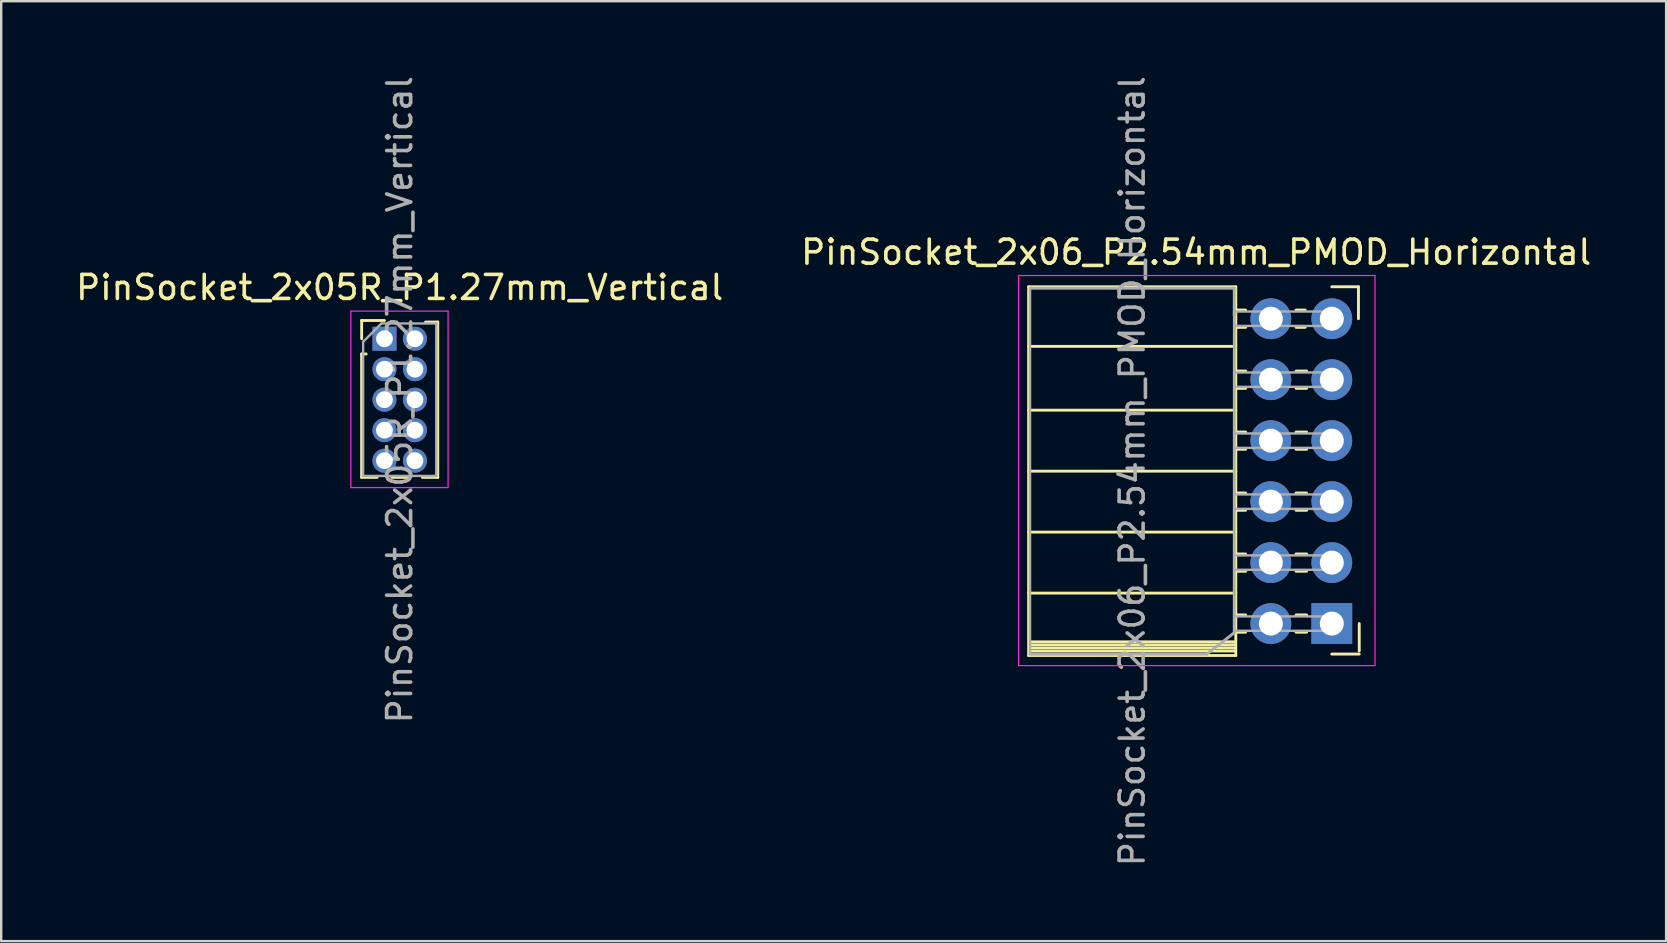
<source format=kicad_pcb>
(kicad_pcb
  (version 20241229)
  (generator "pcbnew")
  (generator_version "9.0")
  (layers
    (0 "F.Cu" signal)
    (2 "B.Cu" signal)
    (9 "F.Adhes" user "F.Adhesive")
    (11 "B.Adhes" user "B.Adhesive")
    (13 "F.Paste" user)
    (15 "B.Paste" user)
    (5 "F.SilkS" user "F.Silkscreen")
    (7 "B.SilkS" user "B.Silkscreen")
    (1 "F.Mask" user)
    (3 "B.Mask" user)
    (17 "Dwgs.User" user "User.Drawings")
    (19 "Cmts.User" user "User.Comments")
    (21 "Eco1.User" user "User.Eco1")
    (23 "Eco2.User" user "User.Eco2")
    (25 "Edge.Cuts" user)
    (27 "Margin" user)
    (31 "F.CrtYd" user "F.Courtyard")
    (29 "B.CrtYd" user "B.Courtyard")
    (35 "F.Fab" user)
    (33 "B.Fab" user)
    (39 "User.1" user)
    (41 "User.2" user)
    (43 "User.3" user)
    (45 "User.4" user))
  (footprint "PinSocket_2x06_P2.54mm_PMOD_Horizontal"
    (layer "F.Cu")
    (at 52.43 10.227)
    (property "Reference" "PinSocket_2x06_P2.54mm_PMOD_Horizontal" (at -5.65 -2.77 0) (layer "F.SilkS") (effects (font (size 1 1) (thickness 0.15))))
    (attr through_hole)
    (fp_line (start -12.63 -1.33) (end -12.63 14.03) (stroke (width 0.12) (type solid)) (layer "F.SilkS"))
    (fp_line (start -12.63 -1.33) (end -4 -1.33) (stroke (width 0.12) (type solid)) (layer "F.SilkS"))
    (fp_line (start -12.63 1.152) (end -4 1.152) (stroke (width 0.12) (type solid)) (layer "F.SilkS"))
    (fp_line (start -12.63 3.81) (end -4 3.81) (stroke (width 0.12) (type solid)) (layer "F.SilkS"))
    (fp_line (start -12.63 6.35) (end -4 6.35) (stroke (width 0.12) (type solid)) (layer "F.SilkS"))
    (fp_line (start -12.63 8.89) (end -4 8.89) (stroke (width 0.12) (type solid)) (layer "F.SilkS"))
    (fp_line (start -12.63 11.43) (end -4 11.43) (stroke (width 0.12) (type solid)) (layer "F.SilkS"))
    (fp_line (start -12.63 14.03) (end -4 14.03) (stroke (width 0.12) (type solid)) (layer "F.SilkS"))
    (fp_line (start -12.573 13.462) (end -4.064 13.462) (stroke (width 0.12) (type solid)) (layer "F.SilkS"))
    (fp_line (start -12.573 13.716) (end -4.064 13.716) (stroke (width 0.12) (type solid)) (layer "F.SilkS"))
    (fp_line (start -4.064 13.589) (end -12.573 13.589) (stroke (width 0.12) (type solid)) (layer "F.SilkS"))
    (fp_line (start -4.064 13.843) (end -12.573 13.843) (stroke (width 0.12) (type solid)) (layer "F.SilkS"))
    (fp_line (start -4 -1.33) (end -4 14.03) (stroke (width 0.12) (type solid)) (layer "F.SilkS"))
    (fp_line (start -4 -0.36) (end -3.59 -0.36) (stroke (width 0.12) (type solid)) (layer "F.SilkS"))
    (fp_line (start -4 0.36) (end -3.59 0.36) (stroke (width 0.12) (type solid)) (layer "F.SilkS"))
    (fp_line (start -4 2.18) (end -3.59 2.18) (stroke (width 0.12) (type solid)) (layer "F.SilkS"))
    (fp_line (start -4 2.9) (end -3.59 2.9) (stroke (width 0.12) (type solid)) (layer "F.SilkS"))
    (fp_line (start -4 4.72) (end -3.59 4.72) (stroke (width 0.12) (type solid)) (layer "F.SilkS"))
    (fp_line (start -4 5.44) (end -3.59 5.44) (stroke (width 0.12) (type solid)) (layer "F.SilkS"))
    (fp_line (start -4 7.26) (end -3.59 7.26) (stroke (width 0.12) (type solid)) (layer "F.SilkS"))
    (fp_line (start -4 7.98) (end -3.59 7.98) (stroke (width 0.12) (type solid)) (layer "F.SilkS"))
    (fp_line (start -4 9.8) (end -3.59 9.8) (stroke (width 0.12) (type solid)) (layer "F.SilkS"))
    (fp_line (start -4 10.52) (end -3.59 10.52) (stroke (width 0.12) (type solid)) (layer "F.SilkS"))
    (fp_line (start -4 12.34) (end -3.59 12.34) (stroke (width 0.12) (type solid)) (layer "F.SilkS"))
    (fp_line (start -4 13.06) (end -3.59 13.06) (stroke (width 0.12) (type solid)) (layer "F.SilkS"))
    (fp_line (start -1.49 -0.36) (end -1.11 -0.36) (stroke (width 0.12) (type solid)) (layer "F.SilkS"))
    (fp_line (start -1.49 0.36) (end -1.11 0.36) (stroke (width 0.12) (type solid)) (layer "F.SilkS"))
    (fp_line (start -1.49 2.18) (end -1.05 2.18) (stroke (width 0.12) (type solid)) (layer "F.SilkS"))
    (fp_line (start -1.49 2.9) (end -1.05 2.9) (stroke (width 0.12) (type solid)) (layer "F.SilkS"))
    (fp_line (start -1.49 4.72) (end -1.05 4.72) (stroke (width 0.12) (type solid)) (layer "F.SilkS"))
    (fp_line (start -1.49 5.44) (end -1.05 5.44) (stroke (width 0.12) (type solid)) (layer "F.SilkS"))
    (fp_line (start -1.49 7.26) (end -1.05 7.26) (stroke (width 0.12) (type solid)) (layer "F.SilkS"))
    (fp_line (start -1.49 7.98) (end -1.05 7.98) (stroke (width 0.12) (type solid)) (layer "F.SilkS"))
    (fp_line (start -1.49 9.8) (end -1.05 9.8) (stroke (width 0.12) (type solid)) (layer "F.SilkS"))
    (fp_line (start -1.49 10.52) (end -1.05 10.52) (stroke (width 0.12) (type solid)) (layer "F.SilkS"))
    (fp_line (start -1.49 12.34) (end -1.05 12.34) (stroke (width 0.12) (type solid)) (layer "F.SilkS"))
    (fp_line (start -1.49 13.06) (end -1.05 13.06) (stroke (width 0.12) (type solid)) (layer "F.SilkS"))
    (fp_line (start 0 -1.33) (end 1.11 -1.33) (stroke (width 0.12) (type solid)) (layer "F.SilkS"))
    (fp_line (start 1.11 -1.33) (end 1.11 0) (stroke (width 0.12) (type solid)) (layer "F.SilkS"))
    (fp_line (start 1.143 12.7) (end 1.143 13.843) (stroke (width 0.12) (type solid)) (layer "F.SilkS"))
    (fp_line (start 1.143 13.97) (end 0 13.97) (stroke (width 0.12) (type solid)) (layer "F.SilkS"))
    (fp_line (start -13.05 -1.8) (end -13.05 14.45) (stroke (width 0.05) (type solid)) (layer "F.CrtYd"))
    (fp_line (start -13.05 14.45) (end 1.8 14.45) (stroke (width 0.05) (type solid)) (layer "F.CrtYd"))
    (fp_line (start 1.8 -1.8) (end -13.05 -1.8) (stroke (width 0.05) (type solid)) (layer "F.CrtYd"))
    (fp_line (start 1.8 14.45) (end 1.8 -1.8) (stroke (width 0.05) (type solid)) (layer "F.CrtYd"))
    (fp_line (start -12.573 13.97) (end -5.207 13.97) (stroke (width 0.12) (type solid)) (layer "F.Fab"))
    (fp_line (start -12.57 -1.27) (end -4.064 -1.27) (stroke (width 0.12) (type solid)) (layer "F.Fab"))
    (fp_line (start -12.57 13.97) (end -12.57 -1.27) (stroke (width 0.1) (type solid)) (layer "F.Fab"))
    (fp_line (start -4.064 -0.127) (end -4.064 -1.27) (stroke (width 0.12) (type solid)) (layer "F.Fab"))
    (fp_line (start -4.064 13.081) (end -5.207 13.97) (stroke (width 0.12) (type solid)) (layer "F.Fab"))
    (fp_line (start -4.06 -0.3) (end -4.064 13.081) (stroke (width 0.12) (type solid)) (layer "F.Fab"))
    (fp_line (start -4.06 0.3) (end 0 0.3) (stroke (width 0.1) (type solid)) (layer "F.Fab"))
    (fp_line (start -4.06 2.84) (end 0 2.84) (stroke (width 0.1) (type solid)) (layer "F.Fab"))
    (fp_line (start -4.06 5.38) (end 0 5.38) (stroke (width 0.1) (type solid)) (layer "F.Fab"))
    (fp_line (start -4.06 7.92) (end 0 7.92) (stroke (width 0.1) (type solid)) (layer "F.Fab"))
    (fp_line (start -4.06 10.46) (end 0 10.46) (stroke (width 0.1) (type solid)) (layer "F.Fab"))
    (fp_line (start -4.06 13) (end 0 13) (stroke (width 0.1) (type solid)) (layer "F.Fab"))
    (fp_line (start 0 -0.3) (end -4.06 -0.3) (stroke (width 0.1) (type solid)) (layer "F.Fab"))
    (fp_line (start 0 0.3) (end 0 -0.3) (stroke (width 0.1) (type solid)) (layer "F.Fab"))
    (fp_line (start 0 2.24) (end -4.06 2.24) (stroke (width 0.1) (type solid)) (layer "F.Fab"))
    (fp_line (start 0 2.84) (end 0 2.24) (stroke (width 0.1) (type solid)) (layer "F.Fab"))
    (fp_line (start 0 4.78) (end -4.06 4.78) (stroke (width 0.1) (type solid)) (layer "F.Fab"))
    (fp_line (start 0 5.38) (end 0 4.78) (stroke (width 0.1) (type solid)) (layer "F.Fab"))
    (fp_line (start 0 7.32) (end -4.06 7.32) (stroke (width 0.1) (type solid)) (layer "F.Fab"))
    (fp_line (start 0 7.92) (end 0 7.32) (stroke (width 0.1) (type solid)) (layer "F.Fab"))
    (fp_line (start 0 9.86) (end -4.06 9.86) (stroke (width 0.1) (type solid)) (layer "F.Fab"))
    (fp_line (start 0 10.46) (end 0 9.86) (stroke (width 0.1) (type solid)) (layer "F.Fab"))
    (fp_line (start 0 12.4) (end -4.06 12.4) (stroke (width 0.1) (type solid)) (layer "F.Fab"))
    (fp_line (start 0 13) (end 0 12.4) (stroke (width 0.1) (type solid)) (layer "F.Fab"))
    (fp_text user "${REFERENCE}" (at -8.315 6.35 90) (layer "F.Fab") (effects (font (size 1 1) (thickness 0.15))))
    (pad "1" thru_hole rect (at 0 12.7) (size 1.7 1.7) (drill 1) (layers "*.Cu" "*.Mask"))
    (pad "2" thru_hole oval (at 0 10.16) (size 1.7 1.7) (drill 1) (layers "*.Cu" "*.Mask"))
    (pad "3" thru_hole oval (at 0 7.62) (size 1.7 1.7) (drill 1) (layers "*.Cu" "*.Mask"))
    (pad "4" thru_hole oval (at 0 5.08) (size 1.7 1.7) (drill 1) (layers "*.Cu" "*.Mask"))
    (pad "5" thru_hole oval (at 0 2.54) (size 1.7 1.7) (drill 1) (layers "*.Cu" "*.Mask"))
    (pad "6" thru_hole oval (at 0 0) (size 1.7 1.7) (drill 1) (layers "*.Cu" "*.Mask"))
    (pad "7" thru_hole oval (at -2.54 12.7) (size 1.7 1.7) (drill 1) (layers "*.Cu" "*.Mask"))
    (pad "8" thru_hole oval (at -2.54 10.16) (size 1.7 1.7) (drill 1) (layers "*.Cu" "*.Mask"))
    (pad "9" thru_hole oval (at -2.54 7.62) (size 1.7 1.7) (drill 1) (layers "*.Cu" "*.Mask"))
    (pad "10" thru_hole oval (at -2.54 5.08) (size 1.7 1.7) (drill 1) (layers "*.Cu" "*.Mask"))
    (pad "11" thru_hole oval (at -2.54 2.54) (size 1.7 1.7) (drill 1) (layers "*.Cu" "*.Mask"))
    (pad "12" thru_hole oval (at -2.54 0) (size 1.7 1.7) (drill 1) (layers "*.Cu" "*.Mask")))
  (footprint "PinSocket_2x05R_P1.27mm_Vertical"
    (layer "F.Cu")
    (at 14.236 11.061)
    (property "Reference" "PinSocket_2x05R_P1.27mm_Vertical" (at -0.635 -2.135 0) (layer "F.SilkS") (effects (font (size 1 1) (thickness 0.15))))
    (attr through_hole)
    (fp_line (start -2.222 0.635) (end -2.222 5.775) (stroke (width 0.12) (type solid)) (layer "F.SilkS"))
    (fp_line (start -2.222 0.635) (end -2.032 0.635) (stroke (width 0.12) (type solid)) (layer "F.SilkS"))
    (fp_line (start -2.22 -0.76) (end -2.22 0) (stroke (width 0.12) (type solid)) (layer "F.SilkS"))
    (fp_line (start -2.22 -0.76) (end -1.27 -0.76) (stroke (width 0.12) (type solid)) (layer "F.SilkS"))
    (fp_line (start -2.22 5.775) (end -1.578 5.775) (stroke (width 0.12) (type solid)) (layer "F.SilkS"))
    (fp_line (start -0.962 -0.695) (end -0.76 -0.695) (stroke (width 0.12) (type solid)) (layer "F.SilkS"))
    (fp_line (start -0.962 5.775) (end -0.308 5.775) (stroke (width 0.12) (type solid)) (layer "F.SilkS"))
    (fp_line (start 0.308 5.775) (end 0.95 5.775) (stroke (width 0.12) (type solid)) (layer "F.SilkS"))
    (fp_line (start 0.442 -0.695) (end 0.95 -0.695) (stroke (width 0.12) (type solid)) (layer "F.SilkS"))
    (fp_line (start 0.95 -0.695) (end 0.95 5.775) (stroke (width 0.12) (type solid)) (layer "F.SilkS"))
    (fp_line (start -2.67 -1.15) (end 1.38 -1.15) (stroke (width 0.05) (type solid)) (layer "F.CrtYd"))
    (fp_line (start -2.67 6.2) (end -2.67 -1.15) (stroke (width 0.05) (type solid)) (layer "F.CrtYd"))
    (fp_line (start 1.38 -1.15) (end 1.38 6.2) (stroke (width 0.05) (type solid)) (layer "F.CrtYd"))
    (fp_line (start 1.38 6.2) (end -2.67 6.2) (stroke (width 0.05) (type solid)) (layer "F.CrtYd"))
    (fp_line (start -2.159 0.127) (end -2.159 5.715) (stroke (width 0.1) (type solid)) (layer "F.Fab"))
    (fp_line (start -2.159 0.127) (end -1.397 -0.635) (stroke (width 0.1) (type solid)) (layer "F.Fab"))
    (fp_line (start -1.399 -0.635) (end 0.889 -0.635) (stroke (width 0.1) (type solid)) (layer "F.Fab"))
    (fp_line (start 0.889 5.715) (end 0.889 -0.635) (stroke (width 0.1) (type solid)) (layer "F.Fab"))
    (fp_line (start 0.89 5.715) (end -2.16 5.715) (stroke (width 0.1) (type solid)) (layer "F.Fab"))
    (fp_text user "${REFERENCE}" (at -0.635 2.54 90) (layer "F.Fab") (effects (font (size 1 1) (thickness 0.15))))
    (pad "1" thru_hole rect (at -1.27 0) (size 1 1) (drill 0.7) (layers "*.Cu" "*.Mask"))
    (pad "2" thru_hole oval (at 0 0) (size 1 1) (drill 0.7) (layers "*.Cu" "*.Mask"))
    (pad "3" thru_hole oval (at -1.27 1.27) (size 1 1) (drill 0.7) (layers "*.Cu" "*.Mask"))
    (pad "4" thru_hole oval (at 0 1.27) (size 1 1) (drill 0.7) (layers "*.Cu" "*.Mask"))
    (pad "5" thru_hole oval (at -1.27 2.54) (size 1 1) (drill 0.7) (layers "*.Cu" "*.Mask"))
    (pad "6" thru_hole oval (at 0 2.54) (size 1 1) (drill 0.7) (layers "*.Cu" "*.Mask"))
    (pad "7" thru_hole oval (at -1.27 3.81) (size 1 1) (drill 0.7) (layers "*.Cu" "*.Mask"))
    (pad "8" thru_hole oval (at 0 3.81) (size 1 1) (drill 0.7) (layers "*.Cu" "*.Mask"))
    (pad "9" thru_hole oval (at -1.27 5.08) (size 1 1) (drill 0.7) (layers "*.Cu" "*.Mask"))
    (pad "10" thru_hole oval (at 0 5.08) (size 1 1) (drill 0.7) (layers "*.Cu" "*.Mask")))
  (gr_rect
    (start -3 -3)
    (end 66.357 36.155)
    (stroke (width 0.1) (type default))
    (fill no)
    (layer "Edge.Cuts")))
</source>
